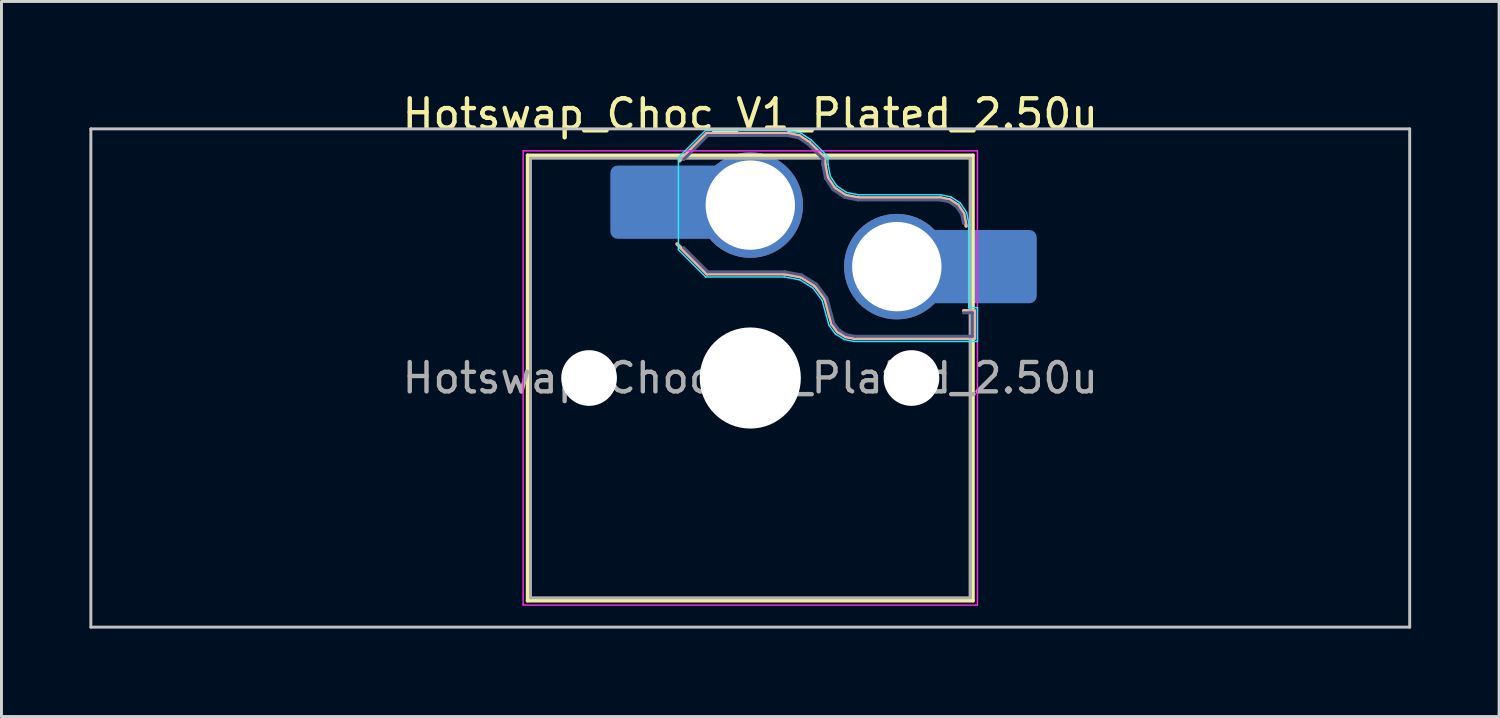
<source format=kicad_pcb>
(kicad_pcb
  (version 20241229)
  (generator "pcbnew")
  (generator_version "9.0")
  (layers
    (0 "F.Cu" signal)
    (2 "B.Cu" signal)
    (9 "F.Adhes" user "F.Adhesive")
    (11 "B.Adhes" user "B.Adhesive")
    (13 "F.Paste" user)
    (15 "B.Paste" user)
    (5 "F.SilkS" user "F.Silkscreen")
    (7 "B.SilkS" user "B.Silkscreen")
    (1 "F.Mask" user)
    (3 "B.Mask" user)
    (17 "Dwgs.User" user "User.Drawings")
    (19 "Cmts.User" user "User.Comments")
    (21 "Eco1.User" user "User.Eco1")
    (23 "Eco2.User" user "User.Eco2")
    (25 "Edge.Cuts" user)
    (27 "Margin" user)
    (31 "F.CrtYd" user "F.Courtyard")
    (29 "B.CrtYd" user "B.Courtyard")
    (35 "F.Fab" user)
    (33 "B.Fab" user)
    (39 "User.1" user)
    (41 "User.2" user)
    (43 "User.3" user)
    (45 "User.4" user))
  (footprint "Hotswap_Choc_V1_Plated_2.50u"
    (layer "F.Cu")
    (at 22.55 9.848)
    (property "Reference" "Hotswap_Choc_V1_Plated_2.50u" (at 0 -9 0) (layer "F.SilkS") (effects (font (size 1 1) (thickness 0.15))))
    (attr smd)
    (fp_line (start -7.6 -7.6) (end -7.6 7.6) (stroke (width 0.12) (type solid)) (layer "F.SilkS"))
    (fp_line (start -7.6 7.6) (end 7.6 7.6) (stroke (width 0.12) (type solid)) (layer "F.SilkS"))
    (fp_line (start 7.6 -7.6) (end -7.6 -7.6) (stroke (width 0.12) (type solid)) (layer "F.SilkS"))
    (fp_line (start 7.6 7.6) (end 7.6 -7.6) (stroke (width 0.12) (type solid)) (layer "F.SilkS"))
    (fp_line (start -2.416 -7.409) (end -1.479 -8.346) (stroke (width 0.12) (type solid)) (layer "B.SilkS"))
    (fp_line (start -1.479 -8.346) (end 1.268 -8.346) (stroke (width 0.12) (type solid)) (layer "B.SilkS"))
    (fp_line (start -1.479 -3.554) (end -2.5 -4.575) (stroke (width 0.12) (type solid)) (layer "B.SilkS"))
    (fp_line (start 1.168 -3.554) (end -1.479 -3.554) (stroke (width 0.12) (type solid)) (layer "B.SilkS"))
    (fp_line (start 1.268 -8.346) (end 1.671 -8.266) (stroke (width 0.12) (type solid)) (layer "B.SilkS"))
    (fp_line (start 1.671 -8.266) (end 2.013 -8.037) (stroke (width 0.12) (type solid)) (layer "B.SilkS"))
    (fp_line (start 1.73 -3.449) (end 1.168 -3.554) (stroke (width 0.12) (type solid)) (layer "B.SilkS"))
    (fp_line (start 2.013 -8.037) (end 2.546 -7.504) (stroke (width 0.12) (type solid)) (layer "B.SilkS"))
    (fp_line (start 2.209 -3.15) (end 1.73 -3.449) (stroke (width 0.12) (type solid)) (layer "B.SilkS"))
    (fp_line (start 2.546 -7.504) (end 2.546 -7.282) (stroke (width 0.12) (type solid)) (layer "B.SilkS"))
    (fp_line (start 2.546 -7.282) (end 2.633 -6.844) (stroke (width 0.12) (type solid)) (layer "B.SilkS"))
    (fp_line (start 2.547 -2.697) (end 2.209 -3.15) (stroke (width 0.12) (type solid)) (layer "B.SilkS"))
    (fp_line (start 2.633 -6.844) (end 2.877 -6.477) (stroke (width 0.12) (type solid)) (layer "B.SilkS"))
    (fp_line (start 2.701 -2.139) (end 2.547 -2.697) (stroke (width 0.12) (type solid)) (layer "B.SilkS"))
    (fp_line (start 2.783 -1.841) (end 2.701 -2.139) (stroke (width 0.12) (type solid)) (layer "B.SilkS"))
    (fp_line (start 2.877 -6.477) (end 3.244 -6.233) (stroke (width 0.12) (type solid)) (layer "B.SilkS"))
    (fp_line (start 2.976 -1.583) (end 2.783 -1.841) (stroke (width 0.12) (type solid)) (layer "B.SilkS"))
    (fp_line (start 3.244 -6.233) (end 3.682 -6.146) (stroke (width 0.12) (type solid)) (layer "B.SilkS"))
    (fp_line (start 3.25 -1.413) (end 2.976 -1.583) (stroke (width 0.12) (type solid)) (layer "B.SilkS"))
    (fp_line (start 3.56 -1.354) (end 3.25 -1.413) (stroke (width 0.12) (type solid)) (layer "B.SilkS"))
    (fp_line (start 3.682 -6.146) (end 6.482 -6.146) (stroke (width 0.12) (type solid)) (layer "B.SilkS"))
    (fp_line (start 6.482 -6.146) (end 6.809 -6.081) (stroke (width 0.12) (type solid)) (layer "B.SilkS"))
    (fp_line (start 6.809 -6.081) (end 7.092 -5.892) (stroke (width 0.12) (type solid)) (layer "B.SilkS"))
    (fp_line (start 7.092 -5.892) (end 7.281 -5.609) (stroke (width 0.12) (type solid)) (layer "B.SilkS"))
    (fp_line (start 7.281 -5.609) (end 7.366 -5.182) (stroke (width 0.12) (type solid)) (layer "B.SilkS"))
    (fp_line (start 7.283 -2.296) (end 7.646 -2.296) (stroke (width 0.12) (type solid)) (layer "B.SilkS"))
    (fp_line (start 7.646 -2.296) (end 7.646 -1.354) (stroke (width 0.12) (type solid)) (layer "B.SilkS"))
    (fp_line (start 7.646 -1.354) (end 3.56 -1.354) (stroke (width 0.12) (type solid)) (layer "B.SilkS"))
    (fp_line (start -22.5 -8.5) (end -22.5 8.5) (stroke (width 0.1) (type solid)) (layer "Dwgs.User"))
    (fp_line (start -22.5 8.5) (end 22.5 8.5) (stroke (width 0.1) (type solid)) (layer "Dwgs.User"))
    (fp_line (start 22.5 -8.5) (end -22.5 -8.5) (stroke (width 0.1) (type solid)) (layer "Dwgs.User"))
    (fp_line (start 22.5 8.5) (end 22.5 -8.5) (stroke (width 0.1) (type solid)) (layer "Dwgs.User"))
    (fp_line (start -7.25 -7.25) (end -7.25 7.25) (stroke (width 0.1) (type solid)) (layer "Eco1.User"))
    (fp_line (start -7.25 7.25) (end 7.25 7.25) (stroke (width 0.1) (type solid)) (layer "Eco1.User"))
    (fp_line (start 7.25 -7.25) (end -7.25 -7.25) (stroke (width 0.1) (type solid)) (layer "Eco1.User"))
    (fp_line (start 7.25 7.25) (end 7.25 -7.25) (stroke (width 0.1) (type solid)) (layer "Eco1.User"))
    (fp_line (start -2.452 -7.523) (end -1.523 -8.452) (stroke (width 0.05) (type solid)) (layer "B.CrtYd"))
    (fp_line (start -2.452 -4.377) (end -2.452 -7.523) (stroke (width 0.05) (type solid)) (layer "B.CrtYd"))
    (fp_line (start -1.523 -8.452) (end 1.278 -8.452) (stroke (width 0.05) (type solid)) (layer "B.CrtYd"))
    (fp_line (start -1.523 -3.448) (end -2.452 -4.377) (stroke (width 0.05) (type solid)) (layer "B.CrtYd"))
    (fp_line (start 1.159 -3.448) (end -1.523 -3.448) (stroke (width 0.05) (type solid)) (layer "B.CrtYd"))
    (fp_line (start 1.278 -8.452) (end 1.712 -8.366) (stroke (width 0.05) (type solid)) (layer "B.CrtYd"))
    (fp_line (start 1.691 -3.348) (end 1.159 -3.448) (stroke (width 0.05) (type solid)) (layer "B.CrtYd"))
    (fp_line (start 1.712 -8.366) (end 2.081 -8.119) (stroke (width 0.05) (type solid)) (layer "B.CrtYd"))
    (fp_line (start 2.081 -8.119) (end 2.652 -7.548) (stroke (width 0.05) (type solid)) (layer "B.CrtYd"))
    (fp_line (start 2.136 -3.071) (end 1.691 -3.348) (stroke (width 0.05) (type solid)) (layer "B.CrtYd"))
    (fp_line (start 2.45 -2.65) (end 2.136 -3.071) (stroke (width 0.05) (type solid)) (layer "B.CrtYd"))
    (fp_line (start 2.599 -2.111) (end 2.45 -2.65) (stroke (width 0.05) (type solid)) (layer "B.CrtYd"))
    (fp_line (start 2.652 -7.548) (end 2.652 -7.292) (stroke (width 0.05) (type solid)) (layer "B.CrtYd"))
    (fp_line (start 2.652 -7.292) (end 2.733 -6.885) (stroke (width 0.05) (type solid)) (layer "B.CrtYd"))
    (fp_line (start 2.687 -1.794) (end 2.599 -2.111) (stroke (width 0.05) (type solid)) (layer "B.CrtYd"))
    (fp_line (start 2.733 -6.885) (end 2.953 -6.553) (stroke (width 0.05) (type solid)) (layer "B.CrtYd"))
    (fp_line (start 2.903 -1.503) (end 2.687 -1.794) (stroke (width 0.05) (type solid)) (layer "B.CrtYd"))
    (fp_line (start 2.953 -6.553) (end 3.285 -6.333) (stroke (width 0.05) (type solid)) (layer "B.CrtYd"))
    (fp_line (start 3.211 -1.312) (end 2.903 -1.503) (stroke (width 0.05) (type solid)) (layer "B.CrtYd"))
    (fp_line (start 3.285 -6.333) (end 3.692 -6.252) (stroke (width 0.05) (type solid)) (layer "B.CrtYd"))
    (fp_line (start 3.55 -1.248) (end 3.211 -1.312) (stroke (width 0.05) (type solid)) (layer "B.CrtYd"))
    (fp_line (start 3.692 -6.252) (end 6.492 -6.252) (stroke (width 0.05) (type solid)) (layer "B.CrtYd"))
    (fp_line (start 6.492 -6.252) (end 6.85 -6.181) (stroke (width 0.05) (type solid)) (layer "B.CrtYd"))
    (fp_line (start 6.85 -6.181) (end 7.168 -5.968) (stroke (width 0.05) (type solid)) (layer "B.CrtYd"))
    (fp_line (start 7.168 -5.968) (end 7.381 -5.65) (stroke (width 0.05) (type solid)) (layer "B.CrtYd"))
    (fp_line (start 7.381 -5.65) (end 7.452 -5.292) (stroke (width 0.05) (type solid)) (layer "B.CrtYd"))
    (fp_line (start 7.452 -5.292) (end 7.452 -2.402) (stroke (width 0.05) (type solid)) (layer "B.CrtYd"))
    (fp_line (start 7.452 -2.402) (end 7.752 -2.402) (stroke (width 0.05) (type solid)) (layer "B.CrtYd"))
    (fp_line (start 7.752 -2.402) (end 7.752 -1.248) (stroke (width 0.05) (type solid)) (layer "B.CrtYd"))
    (fp_line (start 7.752 -1.248) (end 3.55 -1.248) (stroke (width 0.05) (type solid)) (layer "B.CrtYd"))
    (fp_line (start -7.75 -7.75) (end -7.75 7.75) (stroke (width 0.05) (type solid)) (layer "F.CrtYd"))
    (fp_line (start -7.75 7.75) (end 7.75 7.75) (stroke (width 0.05) (type solid)) (layer "F.CrtYd"))
    (fp_line (start 7.75 -7.75) (end -7.75 -7.75) (stroke (width 0.05) (type solid)) (layer "F.CrtYd"))
    (fp_line (start 7.75 7.75) (end 7.75 -7.75) (stroke (width 0.05) (type solid)) (layer "F.CrtYd"))
    (fp_line (start -2.275 -7.45) (end -1.45 -8.275) (stroke (width 0.1) (type solid)) (layer "B.Fab"))
    (fp_line (start -1.45 -8.275) (end 1.261 -8.275) (stroke (width 0.1) (type solid)) (layer "B.Fab"))
    (fp_line (start -1.45 -3.625) (end -2.275 -4.45) (stroke (width 0.1) (type solid)) (layer "B.Fab"))
    (fp_line (start 1.175 -3.625) (end -1.45 -3.625) (stroke (width 0.1) (type solid)) (layer "B.Fab"))
    (fp_line (start 1.261 -8.275) (end 1.643 -8.199) (stroke (width 0.1) (type solid)) (layer "B.Fab"))
    (fp_line (start 1.643 -8.199) (end 1.968 -7.982) (stroke (width 0.1) (type solid)) (layer "B.Fab"))
    (fp_line (start 1.756 -3.516) (end 1.175 -3.625) (stroke (width 0.1) (type solid)) (layer "B.Fab"))
    (fp_line (start 1.968 -7.982) (end 2.475 -7.475) (stroke (width 0.1) (type solid)) (layer "B.Fab"))
    (fp_line (start 2.258 -3.203) (end 1.756 -3.516) (stroke (width 0.1) (type solid)) (layer "B.Fab"))
    (fp_line (start 2.475 -7.475) (end 2.475 -7.275) (stroke (width 0.1) (type solid)) (layer "B.Fab"))
    (fp_line (start 2.475 -7.275) (end 2.566 -6.816) (stroke (width 0.1) (type solid)) (layer "B.Fab"))
    (fp_line (start 2.566 -6.816) (end 2.826 -6.426) (stroke (width 0.1) (type solid)) (layer "B.Fab"))
    (fp_line (start 2.612 -2.729) (end 2.258 -3.203) (stroke (width 0.1) (type solid)) (layer "B.Fab"))
    (fp_line (start 2.769 -2.158) (end 2.612 -2.729) (stroke (width 0.1) (type solid)) (layer "B.Fab"))
    (fp_line (start 2.826 -6.426) (end 3.216 -6.166) (stroke (width 0.1) (type solid)) (layer "B.Fab"))
    (fp_line (start 2.848 -1.873) (end 2.769 -2.158) (stroke (width 0.1) (type solid)) (layer "B.Fab"))
    (fp_line (start 3.025 -1.636) (end 2.848 -1.873) (stroke (width 0.1) (type solid)) (layer "B.Fab"))
    (fp_line (start 3.216 -6.166) (end 3.675 -6.075) (stroke (width 0.1) (type solid)) (layer "B.Fab"))
    (fp_line (start 3.276 -1.48) (end 3.025 -1.636) (stroke (width 0.1) (type solid)) (layer "B.Fab"))
    (fp_line (start 3.567 -1.425) (end 3.276 -1.48) (stroke (width 0.1) (type solid)) (layer "B.Fab"))
    (fp_line (start 3.675 -6.075) (end 6.475 -6.075) (stroke (width 0.1) (type solid)) (layer "B.Fab"))
    (fp_line (start 6.475 -6.075) (end 6.781 -6.014) (stroke (width 0.1) (type solid)) (layer "B.Fab"))
    (fp_line (start 6.781 -6.014) (end 7.041 -5.841) (stroke (width 0.1) (type solid)) (layer "B.Fab"))
    (fp_line (start 7.041 -5.841) (end 7.214 -5.581) (stroke (width 0.1) (type solid)) (layer "B.Fab"))
    (fp_line (start 7.214 -5.581) (end 7.275 -5.275) (stroke (width 0.1) (type solid)) (layer "B.Fab"))
    (fp_line (start 7.275 -2.225) (end 7.575 -2.225) (stroke (width 0.1) (type solid)) (layer "B.Fab"))
    (fp_line (start 7.575 -2.225) (end 7.575 -1.425) (stroke (width 0.1) (type solid)) (layer "B.Fab"))
    (fp_line (start 7.575 -1.425) (end 3.567 -1.425) (stroke (width 0.1) (type solid)) (layer "B.Fab"))
    (fp_line (start -7.5 -7.5) (end -7.5 7.5) (stroke (width 0.1) (type solid)) (layer "F.Fab"))
    (fp_line (start -7.5 7.5) (end 7.5 7.5) (stroke (width 0.1) (type solid)) (layer "F.Fab"))
    (fp_line (start 7.5 -7.5) (end -7.5 -7.5) (stroke (width 0.1) (type solid)) (layer "F.Fab"))
    (fp_line (start 7.5 7.5) (end 7.5 -7.5) (stroke (width 0.1) (type solid)) (layer "F.Fab"))
    (fp_text user "${REFERENCE}" (at 0 0 0) (layer "F.Fab") (effects (font (size 1 1) (thickness 0.15))))
    (pad "" np_thru_hole circle (at -5.5 0) (size 1.9 1.9) (drill 1.9) (layers "*.Cu" "*.Mask"))
    (pad "" smd roundrect (at -3.5 -6) (size 2.55 2.5) (layers "B.Mask" "B.Paste") (roundrect_rratio 0.1))
    (pad "" np_thru_hole circle (at 0 0) (size 3.45 3.45) (drill 3.45) (layers "*.Cu" "*.Mask"))
    (pad "" np_thru_hole circle (at 5.5 0) (size 1.9 1.9) (drill 1.9) (layers "*.Cu" "*.Mask"))
    (pad "" smd roundrect (at 8.5 -3.8) (size 2.55 2.5) (layers "B.Mask" "B.Paste") (roundrect_rratio 0.1))
    (pad "1" smd roundrect (at -2.85 -6) (size 3.85 2.5) (layers "B.Cu") (roundrect_rratio 0.1))
    (pad "1" thru_hole circle (at 0 -5.9) (size 3.6 3.6) (drill 3.05) (layers "*.Cu" "*.Mask"))
    (pad "2" thru_hole circle (at 5 -3.8) (size 3.6 3.6) (drill 3.05) (layers "*.Cu" "*.Mask"))
    (pad "2" smd roundrect (at 7.85 -3.8) (size 3.85 2.5) (layers "B.Cu") (roundrect_rratio 0.1)))
  (gr_rect
    (start -3 -3)
    (end 48.1 21.398)
    (stroke (width 0.1) (type default))
    (fill no)
    (layer "Edge.Cuts")))
</source>
